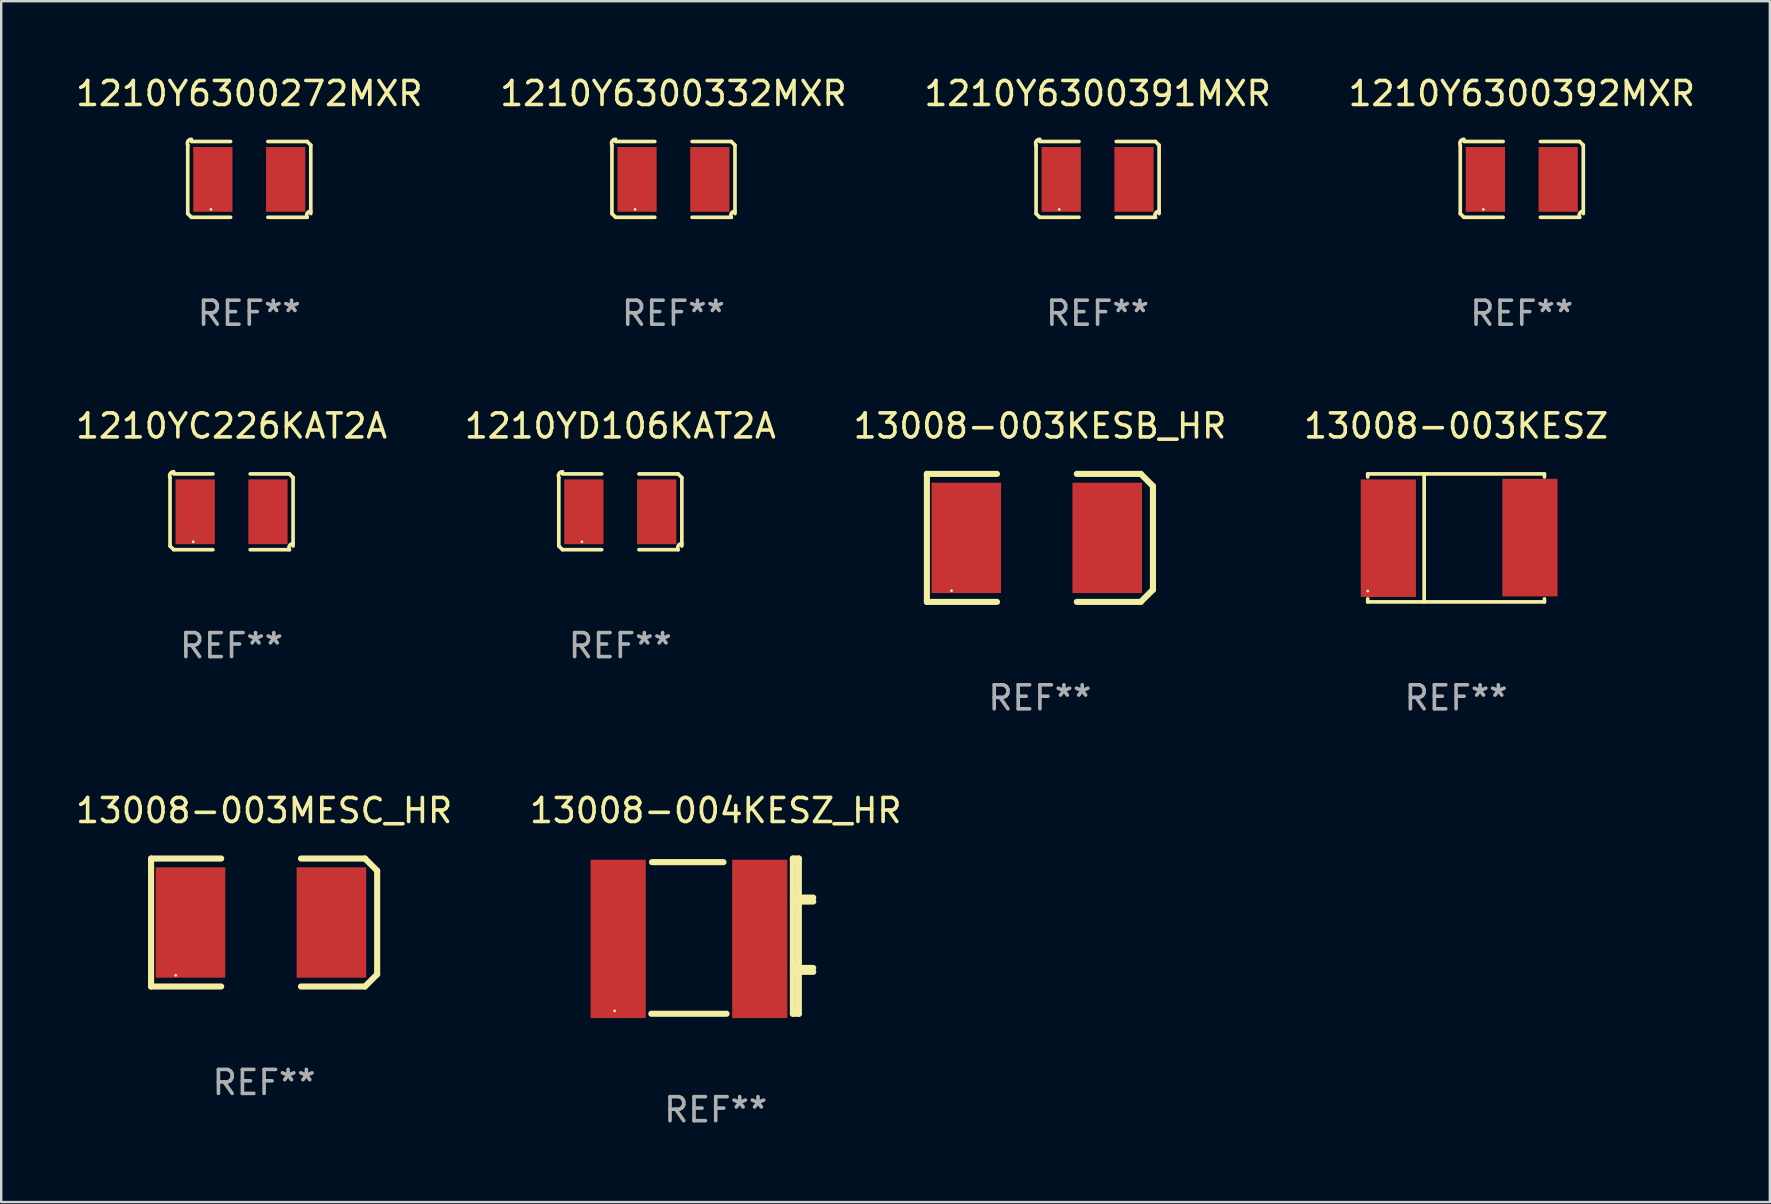
<source format=kicad_pcb>
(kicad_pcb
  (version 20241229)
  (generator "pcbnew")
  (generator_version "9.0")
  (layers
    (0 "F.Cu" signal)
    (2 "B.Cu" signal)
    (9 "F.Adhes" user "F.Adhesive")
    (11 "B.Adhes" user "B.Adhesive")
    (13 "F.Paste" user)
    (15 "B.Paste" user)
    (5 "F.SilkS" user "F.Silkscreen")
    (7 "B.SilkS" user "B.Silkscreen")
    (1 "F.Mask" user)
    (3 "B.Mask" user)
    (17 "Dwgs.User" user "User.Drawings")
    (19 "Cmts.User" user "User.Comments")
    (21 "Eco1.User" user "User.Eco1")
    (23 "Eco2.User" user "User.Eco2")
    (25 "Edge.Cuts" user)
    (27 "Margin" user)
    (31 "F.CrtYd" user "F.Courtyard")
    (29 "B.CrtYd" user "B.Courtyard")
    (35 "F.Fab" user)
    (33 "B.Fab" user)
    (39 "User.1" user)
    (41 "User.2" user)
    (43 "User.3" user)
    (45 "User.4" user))
  (footprint "13008-003KESZ"
    (layer "F.Cu")
    (at 57.637 19.369)
    (property "Reference" "13008-003KESZ" (at 0 -4.667 0) (layer "F.SilkS") (effects (font (size 1 1) (thickness 0.15))))
    (attr through_hole)
    (fp_line (start -3.683 -2.667) (end 3.683 -2.667) (stroke (width 0.152) (type solid)) (layer "F.SilkS"))
    (fp_line (start -3.683 -2.54) (end -3.683 -2.667) (stroke (width 0.152) (type solid)) (layer "F.SilkS"))
    (fp_line (start -3.683 2.54) (end -3.683 2.667) (stroke (width 0.152) (type solid)) (layer "F.SilkS"))
    (fp_line (start -3.683 2.667) (end 3.683 2.667) (stroke (width 0.152) (type solid)) (layer "F.SilkS"))
    (fp_line (start -1.331 -2.667) (end -1.331 2.667) (stroke (width 0.152) (type solid)) (layer "F.SilkS"))
    (fp_line (start 3.683 -2.667) (end 3.683 -2.54) (stroke (width 0.152) (type solid)) (layer "F.SilkS"))
    (fp_line (start 3.683 2.667) (end 3.683 2.54) (stroke (width 0.152) (type solid)) (layer "F.SilkS"))
    (fp_circle (center -3.681 2.213) (end -3.651 2.213) (stroke (width 0.06) (type solid)) (fill no) (layer "F.SilkS"))
    (fp_text user "REF**" (at 0 6.667 0) (layer "F.Fab") (effects (font (size 1 1) (thickness 0.15))))
    (pad "1" smd rect (at -2.823 0.013) (size 2.3 4.9) (layers "F.Cu" "F.Mask" "F.Paste"))
    (pad "2" smd rect (at 3.077 -0.013) (size 2.3 4.9) (layers "F.Cu" "F.Mask" "F.Paste")))
  (footprint "1210YD106KAT2A"
    (layer "F.Cu")
    (at 22.804 18.281)
    (property "Reference" "1210YD106KAT2A" (at 0 -3.579 0) (layer "F.SilkS") (effects (font (size 1 1) (thickness 0.15))))
    (attr through_hole)
    (fp_line (start -2.564 1.426) (end -2.564 -1.426) (stroke (width 0.152) (type solid)) (layer "F.SilkS"))
    (fp_line (start -2.411 -1.579) (end -0.776 -1.579) (stroke (width 0.152) (type solid)) (layer "F.SilkS"))
    (fp_line (start -0.776 1.579) (end -2.411 1.579) (stroke (width 0.152) (type solid)) (layer "F.SilkS"))
    (fp_line (start 0.776 1.579) (end 2.411 1.579) (stroke (width 0.152) (type solid)) (layer "F.SilkS"))
    (fp_line (start 2.411 -1.579) (end 0.776 -1.579) (stroke (width 0.152) (type solid)) (layer "F.SilkS"))
    (fp_line (start 2.564 1.426) (end 2.564 -1.426) (stroke (width 0.152) (type solid)) (layer "F.SilkS"))
    (fp_arc (start -2.563602 -1.426213) (mid -2.555597 -1.591233) (end -2.411201 -1.671518) (stroke (width 0.1524) (type solid)) (layer "F.SilkS"))
    (fp_arc (start -2.5636 1.426214) (mid -2.487389 1.502402) (end -2.411201 1.578613) (stroke (width 0.1524) (type solid)) (layer "F.SilkS"))
    (fp_arc (start 2.411197 -1.578618) (mid 2.487403 -1.502419) (end 2.563602 -1.426213) (stroke (width 0.1524) (type solid)) (layer "F.SilkS"))
    (fp_arc (start 2.411201 1.578613) (mid 2.416214 1.409455) (end 2.563602 1.32629) (stroke (width 0.1524) (type solid)) (layer "F.SilkS"))
    (fp_circle (center -1.6 1.25) (end -1.57 1.25) (stroke (width 0.06) (type solid)) (fill no) (layer "F.SilkS"))
    (fp_text user "REF**" (at 0 5.579 0) (layer "F.Fab") (effects (font (size 1 1) (thickness 0.15))))
    (pad "1" smd rect (at -1.517 0) (size 1.635 2.7) (layers "F.Cu" "F.Mask" "F.Paste"))
    (pad "2" smd rect (at 1.517 0) (size 1.635 2.7) (layers "F.Cu" "F.Mask" "F.Paste")))
  (footprint "1210Y6300391MXR"
    (layer "F.Cu")
    (at 42.696 4.427)
    (property "Reference" "1210Y6300391MXR" (at 0 -3.579 0) (layer "F.SilkS") (effects (font (size 1 1) (thickness 0.15))))
    (attr through_hole)
    (fp_line (start -2.564 1.426) (end -2.564 -1.426) (stroke (width 0.152) (type solid)) (layer "F.SilkS"))
    (fp_line (start -2.411 -1.579) (end -0.776 -1.579) (stroke (width 0.152) (type solid)) (layer "F.SilkS"))
    (fp_line (start -0.776 1.579) (end -2.411 1.579) (stroke (width 0.152) (type solid)) (layer "F.SilkS"))
    (fp_line (start 0.776 1.579) (end 2.411 1.579) (stroke (width 0.152) (type solid)) (layer "F.SilkS"))
    (fp_line (start 2.411 -1.579) (end 0.776 -1.579) (stroke (width 0.152) (type solid)) (layer "F.SilkS"))
    (fp_line (start 2.564 1.426) (end 2.564 -1.426) (stroke (width 0.152) (type solid)) (layer "F.SilkS"))
    (fp_arc (start -2.563602 -1.426213) (mid -2.555597 -1.591233) (end -2.411201 -1.671518) (stroke (width 0.1524) (type solid)) (layer "F.SilkS"))
    (fp_arc (start -2.5636 1.426214) (mid -2.487389 1.502402) (end -2.411201 1.578613) (stroke (width 0.1524) (type solid)) (layer "F.SilkS"))
    (fp_arc (start 2.411197 -1.578618) (mid 2.487403 -1.502419) (end 2.563602 -1.426213) (stroke (width 0.1524) (type solid)) (layer "F.SilkS"))
    (fp_arc (start 2.411201 1.578613) (mid 2.416214 1.409455) (end 2.563602 1.32629) (stroke (width 0.1524) (type solid)) (layer "F.SilkS"))
    (fp_circle (center -1.6 1.25) (end -1.57 1.25) (stroke (width 0.06) (type solid)) (fill no) (layer "F.SilkS"))
    (fp_text user "REF**" (at 0 5.579 0) (layer "F.Fab") (effects (font (size 1 1) (thickness 0.15))))
    (pad "1" smd rect (at -1.517 0) (size 1.635 2.7) (layers "F.Cu" "F.Mask" "F.Paste"))
    (pad "2" smd rect (at 1.517 0) (size 1.635 2.7) (layers "F.Cu" "F.Mask" "F.Paste")))
  (footprint "1210YC226KAT2A"
    (layer "F.Cu")
    (at 6.601 18.281)
    (property "Reference" "1210YC226KAT2A" (at 0 -3.579 0) (layer "F.SilkS") (effects (font (size 1 1) (thickness 0.15))))
    (attr through_hole)
    (fp_line (start -2.564 1.426) (end -2.564 -1.426) (stroke (width 0.152) (type solid)) (layer "F.SilkS"))
    (fp_line (start -2.411 -1.579) (end -0.776 -1.579) (stroke (width 0.152) (type solid)) (layer "F.SilkS"))
    (fp_line (start -0.776 1.579) (end -2.411 1.579) (stroke (width 0.152) (type solid)) (layer "F.SilkS"))
    (fp_line (start 0.776 1.579) (end 2.411 1.579) (stroke (width 0.152) (type solid)) (layer "F.SilkS"))
    (fp_line (start 2.411 -1.579) (end 0.776 -1.579) (stroke (width 0.152) (type solid)) (layer "F.SilkS"))
    (fp_line (start 2.564 1.426) (end 2.564 -1.426) (stroke (width 0.152) (type solid)) (layer "F.SilkS"))
    (fp_arc (start -2.563602 -1.426213) (mid -2.555597 -1.591233) (end -2.411201 -1.671518) (stroke (width 0.1524) (type solid)) (layer "F.SilkS"))
    (fp_arc (start -2.5636 1.426214) (mid -2.487389 1.502402) (end -2.411201 1.578613) (stroke (width 0.1524) (type solid)) (layer "F.SilkS"))
    (fp_arc (start 2.411197 -1.578618) (mid 2.487403 -1.502419) (end 2.563602 -1.426213) (stroke (width 0.1524) (type solid)) (layer "F.SilkS"))
    (fp_arc (start 2.411201 1.578613) (mid 2.416214 1.409455) (end 2.563602 1.32629) (stroke (width 0.1524) (type solid)) (layer "F.SilkS"))
    (fp_circle (center -1.6 1.25) (end -1.57 1.25) (stroke (width 0.06) (type solid)) (fill no) (layer "F.SilkS"))
    (fp_text user "REF**" (at 0 5.579 0) (layer "F.Fab") (effects (font (size 1 1) (thickness 0.15))))
    (pad "1" smd rect (at -1.517 0) (size 1.635 2.7) (layers "F.Cu" "F.Mask" "F.Paste"))
    (pad "2" smd rect (at 1.517 0) (size 1.635 2.7) (layers "F.Cu" "F.Mask" "F.Paste")))
  (footprint "1210Y6300272MXR"
    (layer "F.Cu")
    (at 7.339 4.427)
    (property "Reference" "1210Y6300272MXR" (at 0 -3.579 0) (layer "F.SilkS") (effects (font (size 1 1) (thickness 0.15))))
    (attr through_hole)
    (fp_line (start -2.564 1.426) (end -2.564 -1.426) (stroke (width 0.152) (type solid)) (layer "F.SilkS"))
    (fp_line (start -2.411 -1.579) (end -0.776 -1.579) (stroke (width 0.152) (type solid)) (layer "F.SilkS"))
    (fp_line (start -0.776 1.579) (end -2.411 1.579) (stroke (width 0.152) (type solid)) (layer "F.SilkS"))
    (fp_line (start 0.776 1.579) (end 2.411 1.579) (stroke (width 0.152) (type solid)) (layer "F.SilkS"))
    (fp_line (start 2.411 -1.579) (end 0.776 -1.579) (stroke (width 0.152) (type solid)) (layer "F.SilkS"))
    (fp_line (start 2.564 1.426) (end 2.564 -1.426) (stroke (width 0.152) (type solid)) (layer "F.SilkS"))
    (fp_arc (start -2.563602 -1.426213) (mid -2.555597 -1.591233) (end -2.411201 -1.671518) (stroke (width 0.1524) (type solid)) (layer "F.SilkS"))
    (fp_arc (start -2.5636 1.426214) (mid -2.487389 1.502402) (end -2.411201 1.578613) (stroke (width 0.1524) (type solid)) (layer "F.SilkS"))
    (fp_arc (start 2.411197 -1.578618) (mid 2.487403 -1.502419) (end 2.563602 -1.426213) (stroke (width 0.1524) (type solid)) (layer "F.SilkS"))
    (fp_arc (start 2.411201 1.578613) (mid 2.416214 1.409455) (end 2.563602 1.32629) (stroke (width 0.1524) (type solid)) (layer "F.SilkS"))
    (fp_circle (center -1.6 1.25) (end -1.57 1.25) (stroke (width 0.06) (type solid)) (fill no) (layer "F.SilkS"))
    (fp_text user "REF**" (at 0 5.579 0) (layer "F.Fab") (effects (font (size 1 1) (thickness 0.15))))
    (pad "1" smd rect (at -1.517 0) (size 1.635 2.7) (layers "F.Cu" "F.Mask" "F.Paste"))
    (pad "2" smd rect (at 1.517 0) (size 1.635 2.7) (layers "F.Cu" "F.Mask" "F.Paste")))
  (footprint "13008-004KESZ_HR"
    (layer "F.Cu")
    (at 26.78 35.967)
    (property "Reference" "13008-004KESZ_HR" (at 0 -5.235 0) (layer "F.SilkS") (effects (font (size 1 1) (thickness 0.15))))
    (attr through_hole)
    (fp_line (start -2.655 -3.085) (end 0.325 -3.085) (stroke (width 0.254) (type solid)) (layer "F.SilkS"))
    (fp_line (start 0.454 3.235) (end -2.685 3.235) (stroke (width 0.254) (type solid)) (layer "F.SilkS"))
    (fp_line (start 3.215 1.325) (end 4.064 1.325) (stroke (width 0.254) (type solid)) (layer "F.SilkS"))
    (fp_line (start 3.215 1.488) (end 4.064 1.488) (stroke (width 0.254) (type solid)) (layer "F.SilkS"))
    (fp_line (start 3.216 -3.235) (end 3.216 3.235) (stroke (width 0.254) (type solid)) (layer "F.SilkS"))
    (fp_line (start 3.216 -3.235) (end 3.465 -3.235) (stroke (width 0.254) (type solid)) (layer "F.SilkS"))
    (fp_line (start 3.216 -1.606) (end 4.065 -1.606) (stroke (width 0.254) (type solid)) (layer "F.SilkS"))
    (fp_line (start 3.216 -1.443) (end 4.065 -1.443) (stroke (width 0.254) (type solid)) (layer "F.SilkS"))
    (fp_line (start 3.465 -3.235) (end 3.465 3.235) (stroke (width 0.254) (type solid)) (layer "F.SilkS"))
    (fp_line (start 3.465 3.235) (end 3.216 3.235) (stroke (width 0.254) (type solid)) (layer "F.SilkS"))
    (fp_circle (center -4.215 3.115) (end -4.185 3.115) (stroke (width 0.06) (type solid)) (fill no) (layer "F.SilkS"))
    (fp_text user "REF**" (at 0 7.235 0) (layer "F.Fab") (effects (font (size 1 1) (thickness 0.15))))
    (pad "1" smd rect (at -4.065 0.115) (size 2.3 6.6) (layers "F.Cu" "F.Mask" "F.Paste"))
    (pad "2" smd rect (at 1.835 0.115) (size 2.3 6.6) (layers "F.Cu" "F.Mask" "F.Paste")))
  (footprint "13008-003KESB_HR"
    (layer "F.Cu")
    (at 40.292 19.369)
    (property "Reference" "13008-003KESB_HR" (at 0 -4.667 0) (layer "F.SilkS") (effects (font (size 1 1) (thickness 0.15))))
    (attr through_hole)
    (fp_line (start -4.711 -2.667) (end -4.711 2.667) (stroke (width 0.254) (type solid)) (layer "F.SilkS"))
    (fp_line (start -4.711 -2.667) (end -1.79 -2.667) (stroke (width 0.254) (type solid)) (layer "F.SilkS"))
    (fp_line (start -4.711 2.667) (end -1.79 2.667) (stroke (width 0.254) (type solid)) (layer "F.SilkS"))
    (fp_line (start 4.203 -2.667) (end 1.536 -2.667) (stroke (width 0.254) (type solid)) (layer "F.SilkS"))
    (fp_line (start 4.203 2.667) (end 1.536 2.667) (stroke (width 0.254) (type solid)) (layer "F.SilkS"))
    (fp_line (start 4.203 2.667) (end 4.711 2.159) (stroke (width 0.254) (type solid)) (layer "F.SilkS"))
    (fp_line (start 4.711 -2.159) (end 4.203 -2.667) (stroke (width 0.254) (type solid)) (layer "F.SilkS"))
    (fp_line (start 4.711 2.159) (end 4.711 -2.159) (stroke (width 0.254) (type solid)) (layer "F.SilkS"))
    (fp_circle (center -3.685 2.2) (end -3.655 2.2) (stroke (width 0.06) (type solid)) (fill no) (layer "F.SilkS"))
    (fp_text user "REF**" (at 0 6.667 0) (layer "F.Fab") (effects (font (size 1 1) (thickness 0.15))))
    (pad "1" smd rect (at -3.068 0) (size 2.9 4.6) (layers "F.Cu" "F.Mask" "F.Paste"))
    (pad "2" smd rect (at 2.805 0) (size 2.9 4.6) (layers "F.Cu" "F.Mask" "F.Paste")))
  (footprint "1210Y6300332MXR"
    (layer "F.Cu")
    (at 25.018 4.427)
    (property "Reference" "1210Y6300332MXR" (at 0 -3.579 0) (layer "F.SilkS") (effects (font (size 1 1) (thickness 0.15))))
    (attr through_hole)
    (fp_line (start -2.564 1.426) (end -2.564 -1.426) (stroke (width 0.152) (type solid)) (layer "F.SilkS"))
    (fp_line (start -2.411 -1.579) (end -0.776 -1.579) (stroke (width 0.152) (type solid)) (layer "F.SilkS"))
    (fp_line (start -0.776 1.579) (end -2.411 1.579) (stroke (width 0.152) (type solid)) (layer "F.SilkS"))
    (fp_line (start 0.776 1.579) (end 2.411 1.579) (stroke (width 0.152) (type solid)) (layer "F.SilkS"))
    (fp_line (start 2.411 -1.579) (end 0.776 -1.579) (stroke (width 0.152) (type solid)) (layer "F.SilkS"))
    (fp_line (start 2.564 1.426) (end 2.564 -1.426) (stroke (width 0.152) (type solid)) (layer "F.SilkS"))
    (fp_arc (start -2.563602 -1.426213) (mid -2.555597 -1.591233) (end -2.411201 -1.671518) (stroke (width 0.1524) (type solid)) (layer "F.SilkS"))
    (fp_arc (start -2.5636 1.426214) (mid -2.487389 1.502402) (end -2.411201 1.578613) (stroke (width 0.1524) (type solid)) (layer "F.SilkS"))
    (fp_arc (start 2.411197 -1.578618) (mid 2.487403 -1.502419) (end 2.563602 -1.426213) (stroke (width 0.1524) (type solid)) (layer "F.SilkS"))
    (fp_arc (start 2.411201 1.578613) (mid 2.416214 1.409455) (end 2.563602 1.32629) (stroke (width 0.1524) (type solid)) (layer "F.SilkS"))
    (fp_circle (center -1.6 1.25) (end -1.57 1.25) (stroke (width 0.06) (type solid)) (fill no) (layer "F.SilkS"))
    (fp_text user "REF**" (at 0 5.579 0) (layer "F.Fab") (effects (font (size 1 1) (thickness 0.15))))
    (pad "1" smd rect (at -1.517 0) (size 1.635 2.7) (layers "F.Cu" "F.Mask" "F.Paste"))
    (pad "2" smd rect (at 1.517 0) (size 1.635 2.7) (layers "F.Cu" "F.Mask" "F.Paste")))
  (footprint "1210Y6300392MXR"
    (layer "F.Cu")
    (at 60.375 4.427)
    (property "Reference" "1210Y6300392MXR" (at 0 -3.579 0) (layer "F.SilkS") (effects (font (size 1 1) (thickness 0.15))))
    (attr through_hole)
    (fp_line (start -2.564 1.426) (end -2.564 -1.426) (stroke (width 0.152) (type solid)) (layer "F.SilkS"))
    (fp_line (start -2.411 -1.579) (end -0.776 -1.579) (stroke (width 0.152) (type solid)) (layer "F.SilkS"))
    (fp_line (start -0.776 1.579) (end -2.411 1.579) (stroke (width 0.152) (type solid)) (layer "F.SilkS"))
    (fp_line (start 0.776 1.579) (end 2.411 1.579) (stroke (width 0.152) (type solid)) (layer "F.SilkS"))
    (fp_line (start 2.411 -1.579) (end 0.776 -1.579) (stroke (width 0.152) (type solid)) (layer "F.SilkS"))
    (fp_line (start 2.564 1.426) (end 2.564 -1.426) (stroke (width 0.152) (type solid)) (layer "F.SilkS"))
    (fp_arc (start -2.563602 -1.426213) (mid -2.555597 -1.591233) (end -2.411201 -1.671518) (stroke (width 0.1524) (type solid)) (layer "F.SilkS"))
    (fp_arc (start -2.5636 1.426214) (mid -2.487389 1.502402) (end -2.411201 1.578613) (stroke (width 0.1524) (type solid)) (layer "F.SilkS"))
    (fp_arc (start 2.411197 -1.578618) (mid 2.487403 -1.502419) (end 2.563602 -1.426213) (stroke (width 0.1524) (type solid)) (layer "F.SilkS"))
    (fp_arc (start 2.411201 1.578613) (mid 2.416214 1.409455) (end 2.563602 1.32629) (stroke (width 0.1524) (type solid)) (layer "F.SilkS"))
    (fp_circle (center -1.6 1.25) (end -1.57 1.25) (stroke (width 0.06) (type solid)) (fill no) (layer "F.SilkS"))
    (fp_text user "REF**" (at 0 5.579 0) (layer "F.Fab") (effects (font (size 1 1) (thickness 0.15))))
    (pad "1" smd rect (at -1.517 0) (size 1.635 2.7) (layers "F.Cu" "F.Mask" "F.Paste"))
    (pad "2" smd rect (at 1.517 0) (size 1.635 2.7) (layers "F.Cu" "F.Mask" "F.Paste")))
  (footprint "13008-003MESC_HR"
    (layer "F.Cu")
    (at 7.958 35.399)
    (property "Reference" "13008-003MESC_HR" (at 0 -4.667 0) (layer "F.SilkS") (effects (font (size 1 1) (thickness 0.15))))
    (attr through_hole)
    (fp_line (start -4.711 -2.667) (end -4.711 2.667) (stroke (width 0.254) (type solid)) (layer "F.SilkS"))
    (fp_line (start -4.711 -2.667) (end -1.79 -2.667) (stroke (width 0.254) (type solid)) (layer "F.SilkS"))
    (fp_line (start -4.711 2.667) (end -1.79 2.667) (stroke (width 0.254) (type solid)) (layer "F.SilkS"))
    (fp_line (start 4.203 -2.667) (end 1.536 -2.667) (stroke (width 0.254) (type solid)) (layer "F.SilkS"))
    (fp_line (start 4.203 2.667) (end 1.536 2.667) (stroke (width 0.254) (type solid)) (layer "F.SilkS"))
    (fp_line (start 4.203 2.667) (end 4.711 2.159) (stroke (width 0.254) (type solid)) (layer "F.SilkS"))
    (fp_line (start 4.711 -2.159) (end 4.203 -2.667) (stroke (width 0.254) (type solid)) (layer "F.SilkS"))
    (fp_line (start 4.711 2.159) (end 4.711 -2.159) (stroke (width 0.254) (type solid)) (layer "F.SilkS"))
    (fp_circle (center -3.685 2.2) (end -3.655 2.2) (stroke (width 0.06) (type solid)) (fill no) (layer "F.SilkS"))
    (fp_text user "REF**" (at 0 6.667 0) (layer "F.Fab") (effects (font (size 1 1) (thickness 0.15))))
    (pad "1" smd rect (at -3.068 0) (size 2.9 4.6) (layers "F.Cu" "F.Mask" "F.Paste"))
    (pad "2" smd rect (at 2.805 0) (size 2.9 4.6) (layers "F.Cu" "F.Mask" "F.Paste")))
  (gr_rect
    (start -3 -3)
    (end 70.714 47.051)
    (stroke (width 0.1) (type default))
    (fill no)
    (layer "Edge.Cuts")))
</source>
